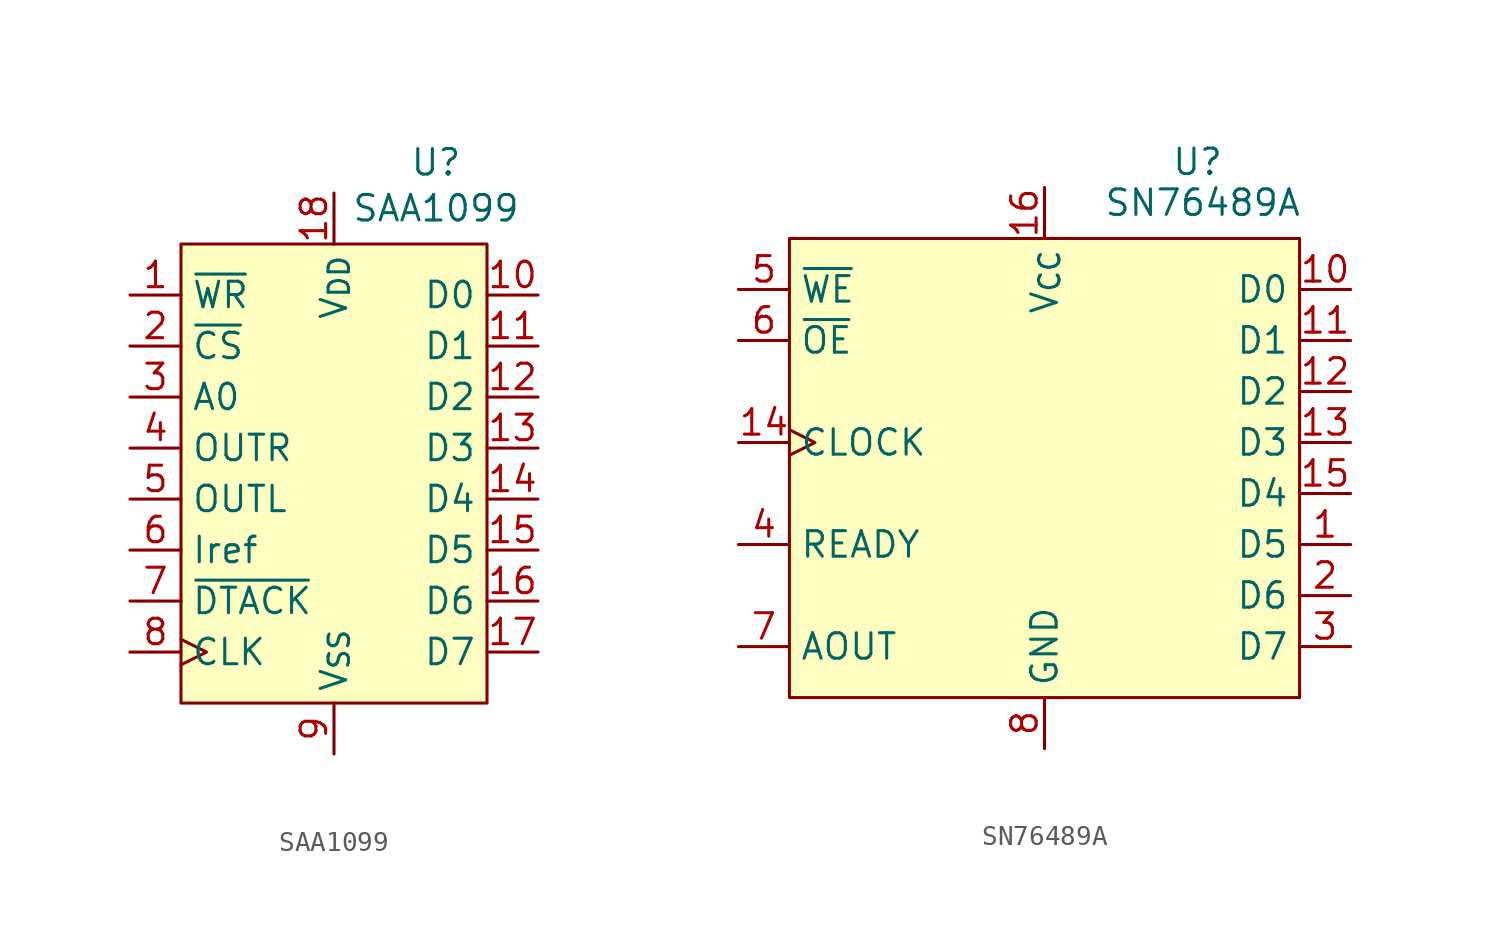
<source format=kicad_sym>
(kicad_symbol_lib
  (version 20231120)
  (generator "kicad_symbol_editor")
  (generator_version "8.0")
  (symbol "SAA1099"
    (property "Reference" "U"
      (at 8.89 5.334 0)
      (effects (font (size 1.27 1.27))))
    (property "Value" "SAA1099"
      (at 8.89 3.048 0)
      (effects (font (size 1.27 1.27))))
    (symbol "SAA1099_1_1"
      (rectangle (start -3.81 1.27) (end 11.43 -21.59) (stroke (width 0) (type default)) (fill (type background)))
      (pin input line (at -6.35 -1.27 0) (length 2.54) (name "~{WR}" (effects (font (size 1.27 1.27)))) (number "1" (effects (font (size 1.27 1.27)))))
      (pin input line (at 13.97 -1.27 180) (length 2.54) (name "D0" (effects (font (size 1.27 1.27)))) (number "10" (effects (font (size 1.27 1.27)))))
      (pin input line (at 13.97 -3.81 180) (length 2.54) (name "D1" (effects (font (size 1.27 1.27)))) (number "11" (effects (font (size 1.27 1.27)))))
      (pin input line (at 13.97 -6.35 180) (length 2.54) (name "D2" (effects (font (size 1.27 1.27)))) (number "12" (effects (font (size 1.27 1.27)))))
      (pin input line (at 13.97 -8.89 180) (length 2.54) (name "D3" (effects (font (size 1.27 1.27)))) (number "13" (effects (font (size 1.27 1.27)))))
      (pin input line (at 13.97 -11.43 180) (length 2.54) (name "D4" (effects (font (size 1.27 1.27)))) (number "14" (effects (font (size 1.27 1.27)))))
      (pin input line (at 13.97 -13.97 180) (length 2.54) (name "D5" (effects (font (size 1.27 1.27)))) (number "15" (effects (font (size 1.27 1.27)))))
      (pin input line (at 13.97 -16.51 180) (length 2.54) (name "D6" (effects (font (size 1.27 1.27)))) (number "16" (effects (font (size 1.27 1.27)))))
      (pin input line (at 13.97 -19.05 180) (length 2.54) (name "D7" (effects (font (size 1.27 1.27)))) (number "17" (effects (font (size 1.27 1.27)))))
      (pin power_in line (at 3.81 3.81 270) (length 2.54) (name "V_{DD}" (effects (font (size 1.27 1.27)))) (number "18" (effects (font (size 1.27 1.27)))))
      (pin input line (at -6.35 -3.81 0) (length 2.54) (name "~{CS}" (effects (font (size 1.27 1.27)))) (number "2" (effects (font (size 1.27 1.27)))))
      (pin input line (at -6.35 -6.35 0) (length 2.54) (name "A0" (effects (font (size 1.27 1.27)))) (number "3" (effects (font (size 1.27 1.27)))))
      (pin output line (at -6.35 -8.89 0) (length 2.54) (name "OUTR" (effects (font (size 1.27 1.27)))) (number "4" (effects (font (size 1.27 1.27)))))
      (pin output line (at -6.35 -11.43 0) (length 2.54) (name "OUTL" (effects (font (size 1.27 1.27)))) (number "5" (effects (font (size 1.27 1.27)))))
      (pin input line (at -6.35 -13.97 0) (length 2.54) (name "Iref" (effects (font (size 1.27 1.27)))) (number "6" (effects (font (size 1.27 1.27)))))
      (pin output line (at -6.35 -16.51 0) (length 2.54) (name "~{DTACK}" (effects (font (size 1.27 1.27)))) (number "7" (effects (font (size 1.27 1.27)))))
      (pin output clock (at -6.35 -19.05 0) (length 2.54) (name "CLK" (effects (font (size 1.27 1.27)))) (number "8" (effects (font (size 1.27 1.27)))))
      (pin power_in line (at 3.81 -24.13 90) (length 2.54) (name "V_{SS}" (effects (font (size 1.27 1.27)))) (number "9" (effects (font (size 1.27 1.27)))))))
  (symbol "SN76489A"
    (property "Reference" "U"
      (at 20.32 5.08 0)
      (effects (font (size 1.27 1.27))))
    (property "Value" "SN76489A"
      (at 20.574 3.048 0)
      (effects (font (size 1.27 1.27))))
    (symbol "SN76489A_1_1"
      (rectangle (start 0 1.27) (end 25.4 -21.59) (stroke (width 0) (type default)) (fill (type background)))
      (pin input line (at 27.94 -13.97 180) (length 2.54) (name "D5" (effects (font (size 1.27 1.27)))) (number "1" (effects (font (size 1.27 1.27)))))
      (pin input line (at 27.94 -1.27 180) (length 2.54) (name "D0" (effects (font (size 1.27 1.27)))) (number "10" (effects (font (size 1.27 1.27)))))
      (pin input line (at 27.94 -3.81 180) (length 2.54) (name "D1" (effects (font (size 1.27 1.27)))) (number "11" (effects (font (size 1.27 1.27)))))
      (pin input line (at 27.94 -6.35 180) (length 2.54) (name "D2" (effects (font (size 1.27 1.27)))) (number "12" (effects (font (size 1.27 1.27)))))
      (pin input line (at 27.94 -8.89 180) (length 2.54) (name "D3" (effects (font (size 1.27 1.27)))) (number "13" (effects (font (size 1.27 1.27)))))
      (pin input clock (at -2.54 -8.89 0) (length 2.54) (name "CLOCK" (effects (font (size 1.27 1.27)))) (number "14" (effects (font (size 1.27 1.27)))))
      (pin input line (at 27.94 -11.43 180) (length 2.54) (name "D4" (effects (font (size 1.27 1.27)))) (number "15" (effects (font (size 1.27 1.27)))))
      (pin power_in line (at 12.7 3.81 270) (length 2.54) (name "V_{CC}" (effects (font (size 1.27 1.27)))) (number "16" (effects (font (size 1.27 1.27)))))
      (pin input line (at 27.94 -16.51 180) (length 2.54) (name "D6" (effects (font (size 1.27 1.27)))) (number "2" (effects (font (size 1.27 1.27)))))
      (pin input line (at 27.94 -19.05 180) (length 2.54) (name "D7" (effects (font (size 1.27 1.27)))) (number "3" (effects (font (size 1.27 1.27)))))
      (pin output line (at -2.54 -13.97 0) (length 2.54) (name "READY" (effects (font (size 1.27 1.27)))) (number "4" (effects (font (size 1.27 1.27)))))
      (pin input line (at -2.54 -1.27 0) (length 2.54) (name "~{WE}" (effects (font (size 1.27 1.27)))) (number "5" (effects (font (size 1.27 1.27)))))
      (pin input line (at -2.54 -3.81 0) (length 2.54) (name "~{OE}" (effects (font (size 1.27 1.27)))) (number "6" (effects (font (size 1.27 1.27)))))
      (pin output line (at -2.54 -19.05 0) (length 2.54) (name "AOUT" (effects (font (size 1.27 1.27)))) (number "7" (effects (font (size 1.27 1.27)))))
      (pin power_in line (at 12.7 -24.13 90) (length 2.54) (name "GND" (effects (font (size 1.27 1.27)))) (number "8" (effects (font (size 1.27 1.27)))))
      (pin no_connect line (at -2.54 -6.35 0) (length 2.54) hide (name "NC" (effects (font (size 1.27 1.27)))) (number "9" (effects (font (size 1.27 1.27))))))))
</source>
